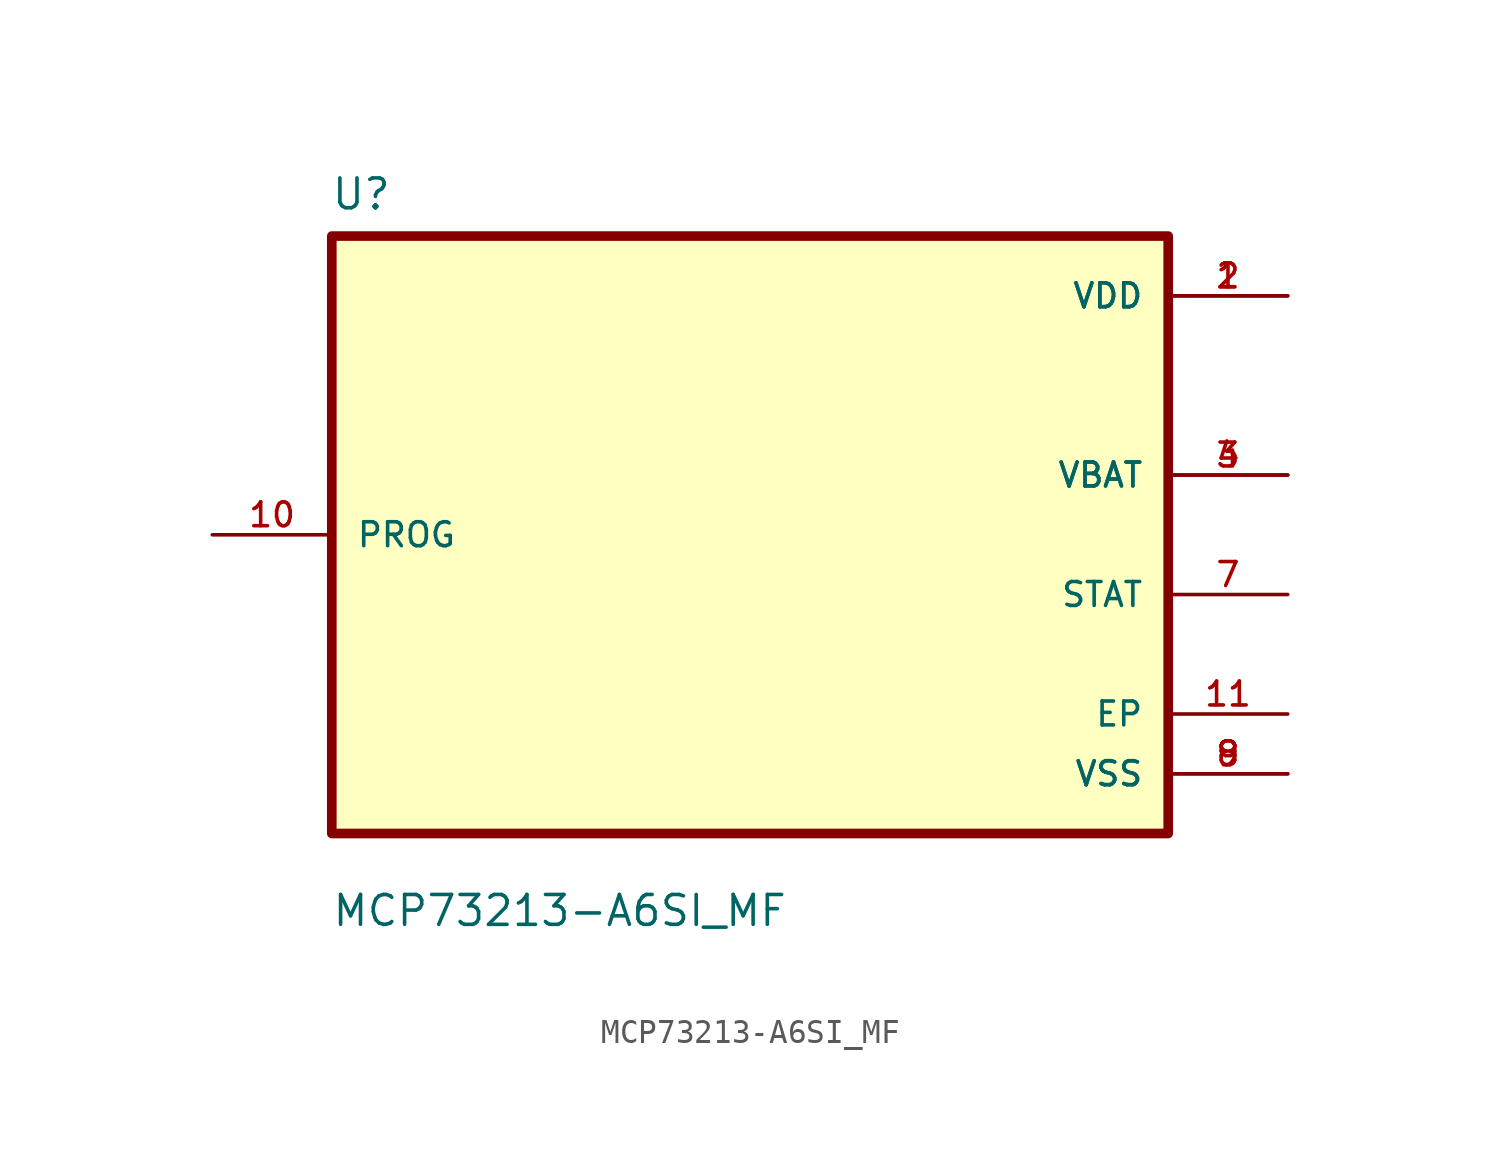
<source format=kicad_sym>
(kicad_symbol_lib
  (version 20211014)
  (generator kicad_symbol_editor)
  (symbol "MCP73213-A6SI_MF"
    (pin_names
      (offset 1.016))
    (property "Reference" "U"
      (at -17.837 13.739 0.0)
      (effects (font (size 1.27 1.27)) (justify bottom left)))
    (property "Value" "MCP73213-A6SI_MF"
      (at -17.808 -16.724 0.0)
      (effects (font (size 1.27 1.27)) (justify bottom left)))
    (symbol "MCP73213-A6SI_MF_0_0"
      (rectangle (start -17.78 -12.7) (end 17.78 12.7) (stroke (width 0.41)) (fill (type background)))
      (pin power_in line (at 22.86 -7.62 180.0) (length 5.08) (name "EP" (effects (font (size 1.016 1.016)))) (number "11" (effects (font (size 1.016 1.016)))))
      (pin bidirectional line (at -22.86 0.0 0) (length 5.08) (name "PROG" (effects (font (size 1.016 1.016)))) (number "10" (effects (font (size 1.016 1.016)))))
      (pin bidirectional line (at 22.86 2.54 180.0) (length 5.08) (name "VBAT" (effects (font (size 1.016 1.016)))) (number "3" (effects (font (size 1.016 1.016)))))
      (pin bidirectional line (at 22.86 2.54 180.0) (length 5.08) (name "VBAT" (effects (font (size 1.016 1.016)))) (number "4" (effects (font (size 1.016 1.016)))))
      (pin power_in line (at 22.86 10.16 180.0) (length 5.08) (name "VDD" (effects (font (size 1.016 1.016)))) (number "1" (effects (font (size 1.016 1.016)))))
      (pin power_in line (at 22.86 10.16 180.0) (length 5.08) (name "VDD" (effects (font (size 1.016 1.016)))) (number "2" (effects (font (size 1.016 1.016)))))
      (pin power_in line (at 22.86 -10.16 180.0) (length 5.08) (name "VSS" (effects (font (size 1.016 1.016)))) (number "8" (effects (font (size 1.016 1.016)))))
      (pin power_in line (at 22.86 -10.16 180.0) (length 5.08) (name "VSS" (effects (font (size 1.016 1.016)))) (number "9" (effects (font (size 1.016 1.016)))))
      (pin output line (at 22.86 -2.54 180.0) (length 5.08) (name "STAT" (effects (font (size 1.016 1.016)))) (number "7" (effects (font (size 1.016 1.016))))))))
</source>
